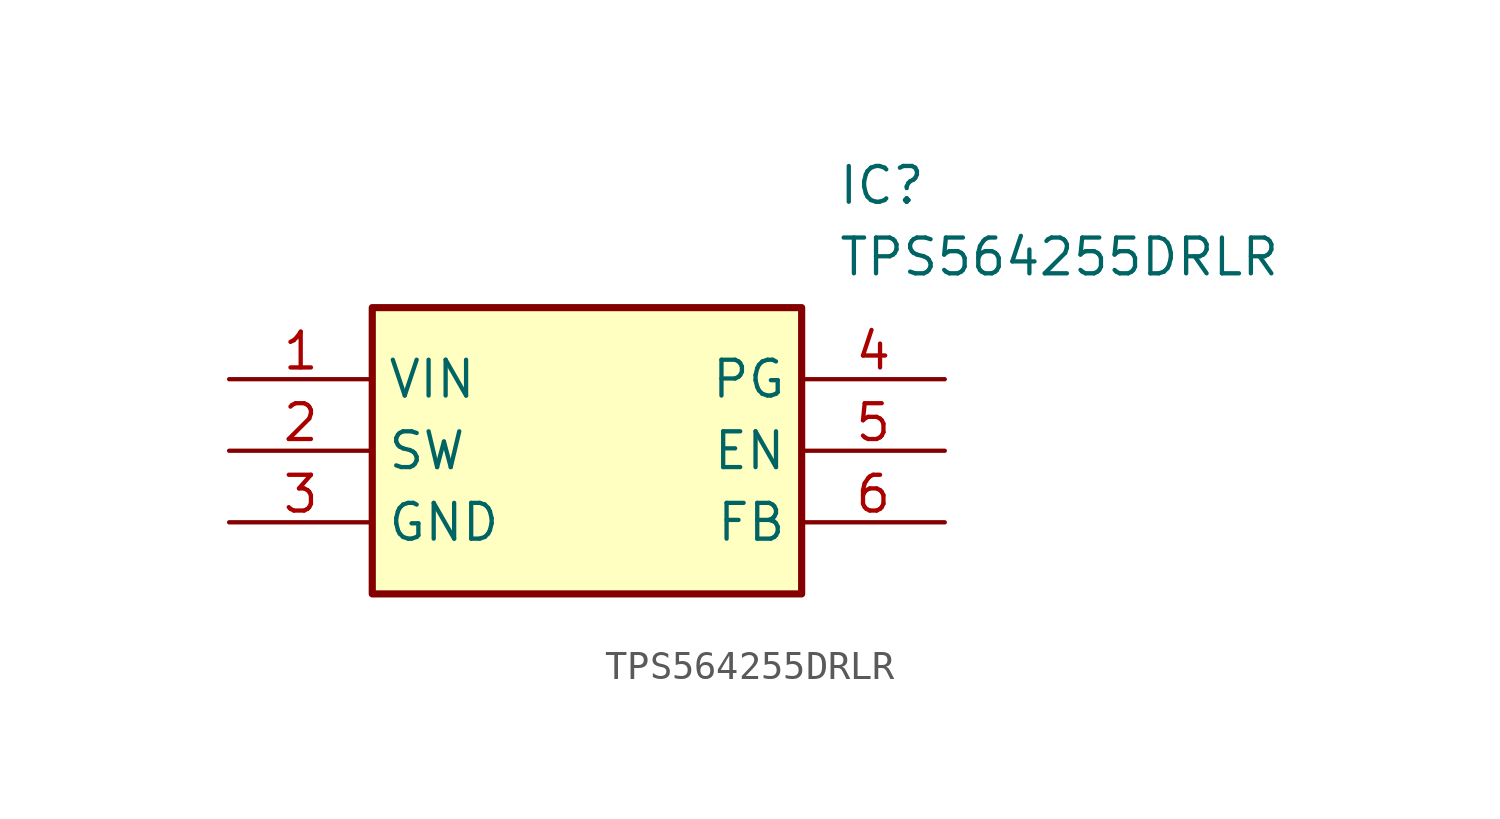
<source format=kicad_sym>
(kicad_symbol_lib
  (version 20211014)
  (generator SamacSys_ECAD_Model)
  (symbol "TPS564255DRLR"
    (property "Reference" "IC"
      (at 21.59 7.62 0)
      (effects (font (size 1.27 1.27)) (justify left top)))
    (property "Value" "TPS564255DRLR"
      (at 21.59 5.08 0)
      (effects (font (size 1.27 1.27)) (justify left top)))
    (rectangle
      (start 5.08 2.54)
      (end 20.32 -7.62)
      (stroke (width 0.254) (type default))
      (fill (type background)))
    (pin passive line
      (at 0 0 0)
      (length 5.08)
      (name "VIN" (effects (font (size 1.27 1.27))))
      (number "1" (effects (font (size 1.27 1.27)))))
    (pin passive line
      (at 0 -2.54 0)
      (length 5.08)
      (name "SW" (effects (font (size 1.27 1.27))))
      (number "2" (effects (font (size 1.27 1.27)))))
    (pin passive line
      (at 0 -5.08 0)
      (length 5.08)
      (name "GND" (effects (font (size 1.27 1.27))))
      (number "3" (effects (font (size 1.27 1.27)))))
    (pin passive line
      (at 25.4 0 180)
      (length 5.08)
      (name "PG" (effects (font (size 1.27 1.27))))
      (number "4" (effects (font (size 1.27 1.27)))))
    (pin passive line
      (at 25.4 -2.54 180)
      (length 5.08)
      (name "EN" (effects (font (size 1.27 1.27))))
      (number "5" (effects (font (size 1.27 1.27)))))
    (pin passive line
      (at 25.4 -5.08 180)
      (length 5.08)
      (name "FB" (effects (font (size 1.27 1.27))))
      (number "6" (effects (font (size 1.27 1.27)))))))
</source>
